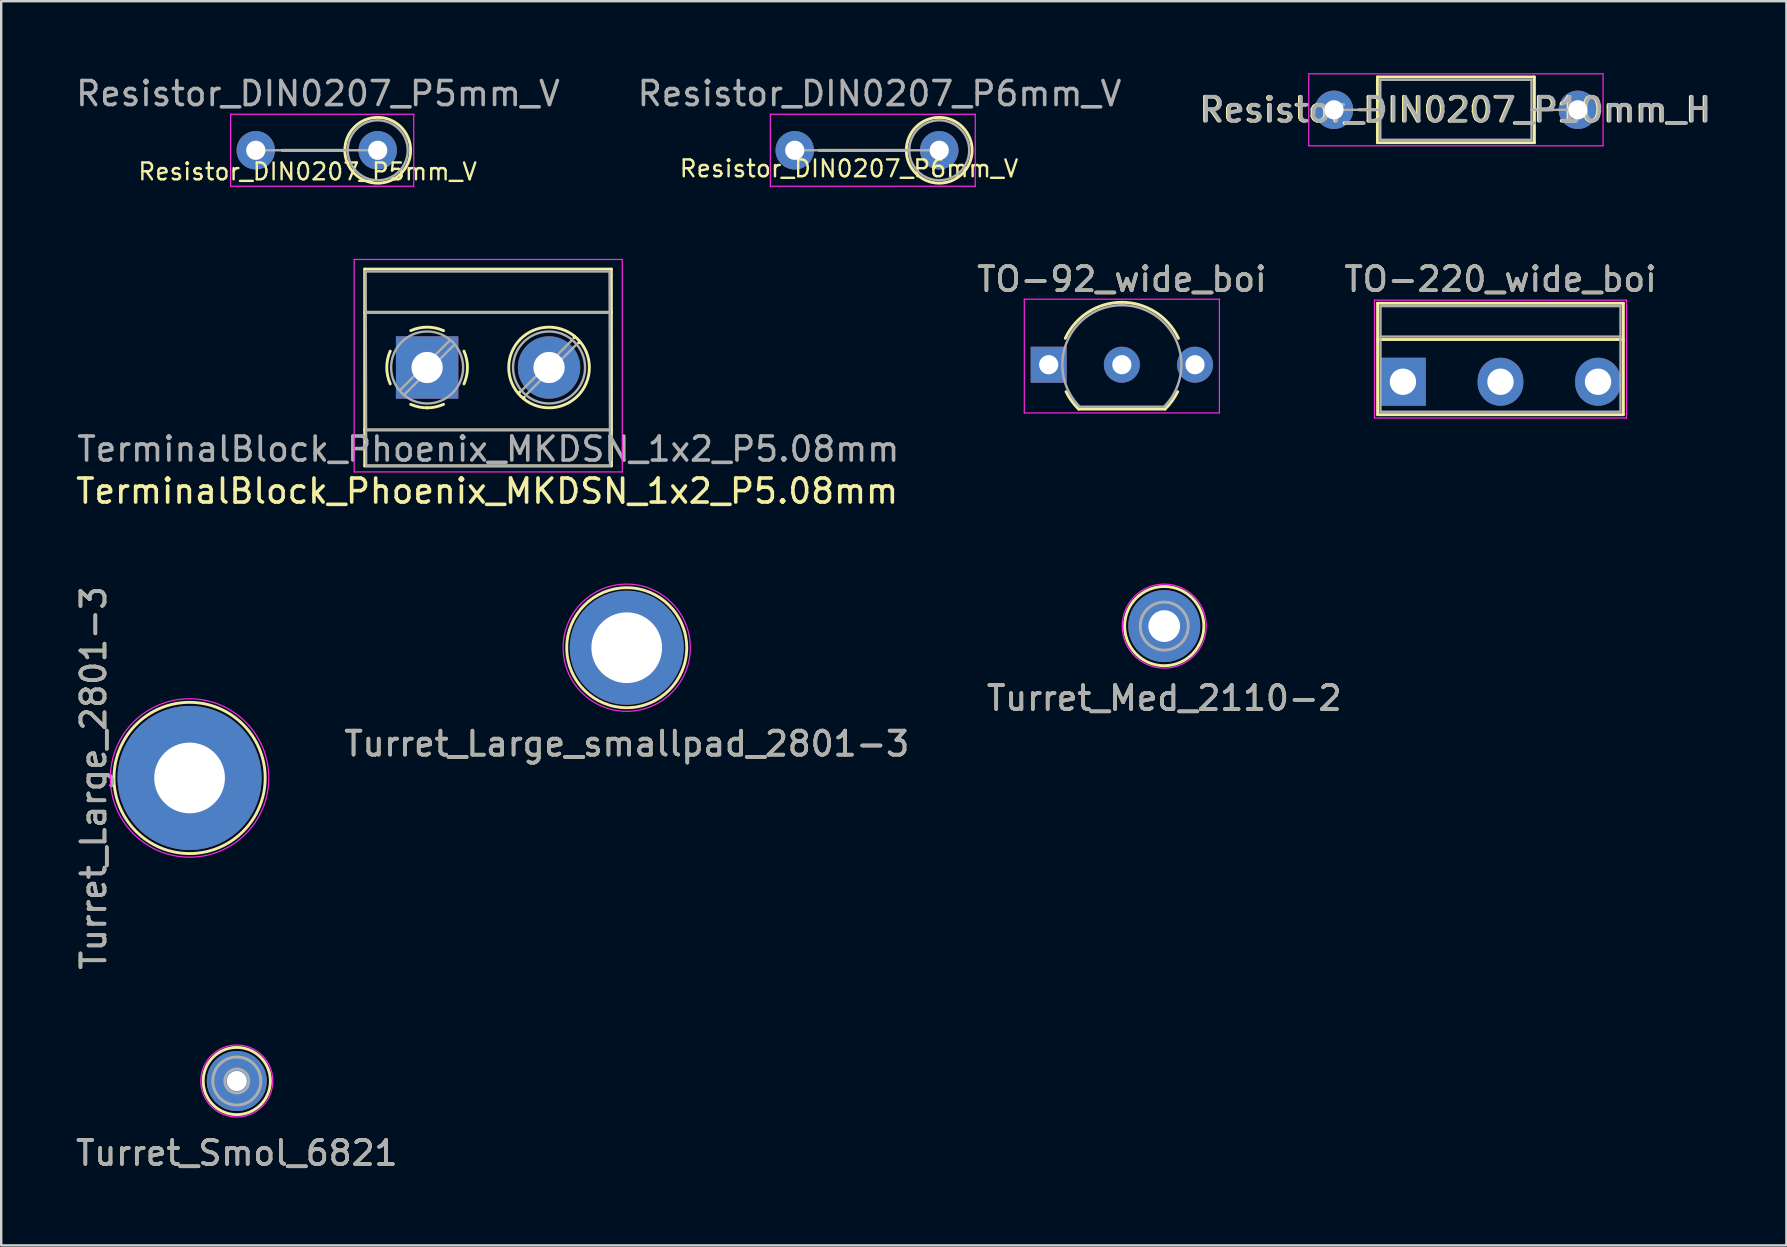
<source format=kicad_pcb>
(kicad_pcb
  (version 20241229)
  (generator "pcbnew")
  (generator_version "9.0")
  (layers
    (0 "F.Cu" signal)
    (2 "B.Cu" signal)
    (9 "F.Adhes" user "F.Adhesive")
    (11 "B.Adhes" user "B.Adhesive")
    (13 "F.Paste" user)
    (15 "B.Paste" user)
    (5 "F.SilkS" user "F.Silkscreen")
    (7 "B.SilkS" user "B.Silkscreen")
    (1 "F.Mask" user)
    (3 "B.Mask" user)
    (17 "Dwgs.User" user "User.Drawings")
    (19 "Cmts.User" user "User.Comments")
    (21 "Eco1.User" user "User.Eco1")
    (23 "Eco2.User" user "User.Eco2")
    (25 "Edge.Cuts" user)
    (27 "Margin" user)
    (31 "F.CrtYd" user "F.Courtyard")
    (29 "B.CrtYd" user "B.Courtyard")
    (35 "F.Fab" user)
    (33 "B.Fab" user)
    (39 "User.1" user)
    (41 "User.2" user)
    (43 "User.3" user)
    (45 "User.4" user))
  (footprint "TO-220_wide_boi"
    (layer "F.Cu")
    (at 56.921 12.854)
    (property "Reference" "TO-220_wide_boi" (at 2.54 -4.27 0) (layer "F.SilkS") (effects (font (size 1 1) (thickness 0.15))))
    (attr through_hole)
    (fp_line (start -2.58 -3.27) (end -2.58 1.371) (stroke (width 0.12) (type solid)) (layer "F.SilkS"))
    (fp_line (start -2.58 -3.27) (end 7.66 -3.27) (stroke (width 0.12) (type solid)) (layer "F.SilkS"))
    (fp_line (start -2.58 -1.76) (end 7.66 -1.76) (stroke (width 0.12) (type solid)) (layer "F.SilkS"))
    (fp_line (start -2.58 1.371) (end 7.66 1.371) (stroke (width 0.12) (type solid)) (layer "F.SilkS"))
    (fp_line (start 7.66 -3.27) (end 7.66 1.371) (stroke (width 0.12) (type solid)) (layer "F.SilkS"))
    (fp_line (start -2.71 -3.4) (end -2.71 1.51) (stroke (width 0.05) (type solid)) (layer "F.CrtYd"))
    (fp_line (start -2.71 1.51) (end 7.79 1.51) (stroke (width 0.05) (type solid)) (layer "F.CrtYd"))
    (fp_line (start 7.79 -3.4) (end -2.71 -3.4) (stroke (width 0.05) (type solid)) (layer "F.CrtYd"))
    (fp_line (start 7.79 1.51) (end 7.79 -3.4) (stroke (width 0.05) (type solid)) (layer "F.CrtYd"))
    (fp_line (start -2.46 -3.15) (end -2.46 1.25) (stroke (width 0.1) (type solid)) (layer "F.Fab"))
    (fp_line (start -2.46 -1.88) (end 7.54 -1.88) (stroke (width 0.1) (type solid)) (layer "F.Fab"))
    (fp_line (start -2.46 1.25) (end 7.54 1.25) (stroke (width 0.1) (type solid)) (layer "F.Fab"))
    (fp_line (start 7.54 -3.15) (end -2.46 -3.15) (stroke (width 0.1) (type solid)) (layer "F.Fab"))
    (fp_line (start 7.54 1.25) (end 7.54 -3.15) (stroke (width 0.1) (type solid)) (layer "F.Fab"))
    (fp_text user "${REFERENCE}" (at 2.54 -4.27 0) (layer "F.Fab") (effects (font (size 1 1) (thickness 0.15))))
    (pad "1" thru_hole rect (at -1.524 0) (size 1.905 2) (drill 1.1) (layers "*.Cu" "*.Mask"))
    (pad "2" thru_hole oval (at 2.54 0) (size 1.905 2) (drill 1.1) (layers "*.Cu" "*.Mask"))
    (pad "3" thru_hole oval (at 6.604 0) (size 1.905 2) (drill 1.1) (layers "*.Cu" "*.Mask")))
  (footprint "Resistor_DIN0207_P6mm_V"
    (layer "F.Cu")
    (at 35.139 4.303)
    (property "Reference" "Resistor_DIN0207_P6mm_V" (at -2.819 -0.33 180) (layer "F.SilkS") (effects (font (size 0.7 0.7) (thickness 0.1))))
    (attr through_hole)
    (fp_line (start -0.43 -1.092) (end -4.064 -1.092) (stroke (width 0.12) (type solid)) (layer "F.SilkS"))
    (fp_circle (center 0.94 -1.092) (end -0.43 -1.092) (stroke (width 0.12) (type solid)) (fill no) (layer "F.SilkS"))
    (fp_line (start -6.096 -2.592) (end -6.096 0.408) (stroke (width 0.05) (type solid)) (layer "F.CrtYd"))
    (fp_line (start -6.096 0.408) (end 2.44 0.408) (stroke (width 0.05) (type solid)) (layer "F.CrtYd"))
    (fp_line (start 2.44 -2.592) (end -6.096 -2.592) (stroke (width 0.05) (type solid)) (layer "F.CrtYd"))
    (fp_line (start 2.44 0.408) (end 2.44 -2.592) (stroke (width 0.05) (type solid)) (layer "F.CrtYd"))
    (fp_line (start 0.94 -1.092) (end -5.08 -1.092) (stroke (width 0.1) (type solid)) (layer "F.Fab"))
    (fp_circle (center 0.94 -1.092) (end -0.31 -1.092) (stroke (width 0.1) (type solid)) (fill no) (layer "F.Fab"))
    (fp_text user "${REFERENCE}" (at -1.549 -3.454 180) (layer "F.Fab") (effects (font (size 1 1) (thickness 0.15))))
    (pad "1" thru_hole circle (at 0.94 -1.092 180) (size 1.6 1.6) (drill 0.8) (layers "*.Cu" "*.Mask"))
    (pad "2" thru_hole oval (at -5.08 -1.092 180) (size 1.6 1.6) (drill 0.8) (layers "*.Cu" "*.Mask")))
  (footprint "Turret_Large_smallpad_2801-3"
    (layer "F.Cu")
    (at 23.06 23.934)
    (property "Reference" "Turret_Large_smallpad_2801-3" (at 0 4 0) (layer "F.SilkS") (effects (font (size 1 1) (thickness 0.15))))
    (attr through_hole)
    (fp_circle (center 0 0) (end 2.5 0) (stroke (width 0.12) (type solid)) (fill no) (layer "F.SilkS"))
    (fp_circle (center 0 0) (end 2.65 0) (stroke (width 0.05) (type solid)) (fill no) (layer "F.CrtYd"))
    (fp_circle (center 0 0) (end 0.5 0) (stroke (width 0.12) (type solid)) (fill no) (layer "F.Fab"))
    (fp_circle (center 0 0) (end 1 0) (stroke (width 0.12) (type solid)) (fill no) (layer "F.Fab"))
    (fp_text user "${REFERENCE}" (at 0 4 180) (layer "F.Fab") (effects (font (size 1 1) (thickness 0.15))))
    (pad "1" thru_hole circle (at 0 0) (size 4.75 4.75) (drill 2.946) (layers "*.Cu" "*.Mask")))
  (footprint "Turret_Med_2110-2"
    (layer "F.Cu")
    (at 45.453 23.034)
    (property "Reference" "Turret_Med_2110-2" (at 0 3 0) (layer "F.SilkS") (effects (font (size 1 1) (thickness 0.15))))
    (attr through_hole)
    (fp_circle (center 0 0) (end 1.65 0) (stroke (width 0.12) (type solid)) (fill no) (layer "F.SilkS"))
    (fp_circle (center 0 0) (end 1.75 0) (stroke (width 0.05) (type solid)) (fill no) (layer "F.CrtYd"))
    (fp_circle (center 0 0) (end 0.5 0) (stroke (width 0.12) (type solid)) (fill no) (layer "F.Fab"))
    (fp_circle (center 0 0) (end 1 0) (stroke (width 0.12) (type solid)) (fill no) (layer "F.Fab"))
    (fp_text user "${REFERENCE}" (at 0 3 0) (layer "F.Fab") (effects (font (size 1 1) (thickness 0.15))))
    (pad "1" thru_hole circle (at 0 0) (size 3 3) (drill 1.321) (layers "*.Cu" "*.Mask")))
  (footprint "Turret_Smol_6821"
    (layer "F.Cu")
    (at 6.815 41.986)
    (property "Reference" "Turret_Smol_6821" (at 0 3 0) (layer "F.SilkS") (effects (font (size 1 1) (thickness 0.15))))
    (attr through_hole)
    (fp_circle (center 0 0) (end 1.4 0) (stroke (width 0.12) (type solid)) (fill no) (layer "F.SilkS"))
    (fp_circle (center 0 0) (end 1.5 0) (stroke (width 0.05) (type solid)) (fill no) (layer "F.CrtYd"))
    (fp_circle (center 0 0) (end 0.5 0) (stroke (width 0.12) (type solid)) (fill no) (layer "F.Fab"))
    (fp_circle (center 0 0) (end 1 0) (stroke (width 0.12) (type solid)) (fill no) (layer "F.Fab"))
    (fp_text user "${REFERENCE}" (at 0 3 0) (layer "F.Fab") (effects (font (size 1 1) (thickness 0.15))))
    (pad "1" thru_hole circle (at 0 0) (size 2.5 2.5) (drill 0.838) (layers "*.Cu" "*.Mask")))
  (footprint "Turret_Large_2801-3"
    (layer "F.Cu")
    (at 4.848 29.36)
    (property "Reference" "Turret_Large_2801-3" (at -4 0 90) (layer "F.SilkS") (effects (font (size 1 1) (thickness 0.15))))
    (attr through_hole)
    (fp_circle (center 0 0) (end 3.15 0) (stroke (width 0.12) (type solid)) (fill no) (layer "F.SilkS"))
    (fp_circle (center 0 0) (end 3.3 0) (stroke (width 0.05) (type solid)) (fill no) (layer "F.CrtYd"))
    (fp_circle (center 0 0) (end 0.5 0) (stroke (width 0.12) (type solid)) (fill no) (layer "F.Fab"))
    (fp_circle (center 0 0) (end 1 0) (stroke (width 0.12) (type solid)) (fill no) (layer "F.Fab"))
    (fp_text user "${REFERENCE}" (at -4 0 90) (layer "F.Fab") (effects (font (size 1 1) (thickness 0.15))))
    (pad "1" thru_hole circle (at 0 0) (size 6 6) (drill 2.946) (layers "*.Cu" "*.Mask")))
  (footprint "TerminalBlock_Phoenix_MKDSN_1x2_P5.08mm"
    (layer "F.Cu")
    (at 14.744 12.26)
    (property "Reference" "TerminalBlock_Phoenix_MKDSN_1x2_P5.08mm" (at 2.5 5.15 0) (layer "F.SilkS") (effects (font (size 1 1) (thickness 0.15))))
    (attr through_hole)
    (fp_line (start -2.6 -4.1) (end -2.6 4.1) (stroke (width 0.12) (type solid)) (layer "F.SilkS"))
    (fp_line (start -2.6 -2.301) (end 7.68 -2.301) (stroke (width 0.12) (type solid)) (layer "F.SilkS"))
    (fp_line (start -2.6 2.6) (end 7.68 2.6) (stroke (width 0.12) (type solid)) (layer "F.SilkS"))
    (fp_line (start -2.6 4.1) (end 7.68 4.1) (stroke (width 0.12) (type solid)) (layer "F.SilkS"))
    (fp_line (start 3.853 1.023) (end 3.806 1.069) (stroke (width 0.12) (type solid)) (layer "F.SilkS"))
    (fp_line (start 4.046 1.239) (end 4.011 1.274) (stroke (width 0.12) (type solid)) (layer "F.SilkS"))
    (fp_line (start 6.15 -1.275) (end 6.115 -1.239) (stroke (width 0.12) (type solid)) (layer "F.SilkS"))
    (fp_line (start 6.355 -1.069) (end 6.308 -1.023) (stroke (width 0.12) (type solid)) (layer "F.SilkS"))
    (fp_line (start 7.675 -4.1) (end -2.6 -4.1) (stroke (width 0.12) (type solid)) (layer "F.SilkS"))
    (fp_line (start 7.675 -4.1) (end 7.68 4.1) (stroke (width 0.12) (type solid)) (layer "F.SilkS"))
    (fp_arc (start -1.535427 0.683042) (mid -1.680501 -0.000524) (end -1.535 -0.684) (stroke (width 0.12) (type solid)) (layer "F.SilkS"))
    (fp_arc (start -0.683042 -1.535427) (mid 0.000524 -1.680501) (end 0.684 -1.535) (stroke (width 0.12) (type solid)) (layer "F.SilkS"))
    (fp_arc (start 0.028805 1.680253) (mid -0.335551 1.646659) (end -0.684 1.535) (stroke (width 0.12) (type solid)) (layer "F.SilkS"))
    (fp_arc (start 0.683318 1.534756) (mid 0.349292 1.643288) (end 0 1.68) (stroke (width 0.12) (type solid)) (layer "F.SilkS"))
    (fp_arc (start 1.535427 -0.683042) (mid 1.680501 0.000524) (end 1.535 0.684) (stroke (width 0.12) (type solid)) (layer "F.SilkS"))
    (fp_circle (center 5.08 0) (end 6.76 0) (stroke (width 0.12) (type solid)) (fill no) (layer "F.SilkS"))
    (fp_line (start -3.04 -4.5) (end -3.04 4.35) (stroke (width 0.05) (type solid)) (layer "F.CrtYd"))
    (fp_line (start -3.04 4.35) (end 8.13 4.35) (stroke (width 0.05) (type solid)) (layer "F.CrtYd"))
    (fp_line (start 8.13 -4.5) (end -3.04 -4.5) (stroke (width 0.05) (type solid)) (layer "F.CrtYd"))
    (fp_line (start 8.13 4.35) (end 8.13 -4.5) (stroke (width 0.05) (type solid)) (layer "F.CrtYd"))
    (fp_line (start -2.56 -4) (end 7.6 -4) (stroke (width 0.1) (type solid)) (layer "F.Fab"))
    (fp_line (start -2.54 -2.3) (end 7.62 -2.3) (stroke (width 0.1) (type solid)) (layer "F.Fab"))
    (fp_line (start -2.54 2.6) (end 7.62 2.6) (stroke (width 0.1) (type solid)) (layer "F.Fab"))
    (fp_line (start -2.54 4.1) (end -2.56 -4) (stroke (width 0.1) (type solid)) (layer "F.Fab"))
    (fp_line (start -2.54 4.1) (end 7.62 4.1) (stroke (width 0.1) (type solid)) (layer "F.Fab"))
    (fp_line (start 0.955 -1.138) (end -1.138 0.955) (stroke (width 0.1) (type solid)) (layer "F.Fab"))
    (fp_line (start 1.138 -0.955) (end -0.955 1.138) (stroke (width 0.1) (type solid)) (layer "F.Fab"))
    (fp_line (start 6.035 -1.138) (end 3.943 0.955) (stroke (width 0.1) (type solid)) (layer "F.Fab"))
    (fp_line (start 6.218 -0.955) (end 4.126 1.138) (stroke (width 0.1) (type solid)) (layer "F.Fab"))
    (fp_line (start 7.6 -4) (end 7.62 4.1) (stroke (width 0.1) (type solid)) (layer "F.Fab"))
    (fp_line (start 7.62 4.1) (end -2.54 4.1) (stroke (width 0.1) (type solid)) (layer "F.Fab"))
    (fp_circle (center 0 0) (end 1.5 0) (stroke (width 0.1) (type solid)) (fill no) (layer "F.Fab"))
    (fp_circle (center 5.08 0) (end 6.58 0) (stroke (width 0.1) (type solid)) (fill no) (layer "F.Fab"))
    (fp_text user "${REFERENCE}" (at 2.55 3.4 0) (layer "F.Fab") (effects (font (size 1 1) (thickness 0.15))))
    (pad "1" thru_hole rect (at 0 0) (size 2.6 2.6) (drill 1.3) (layers "*.Cu" "*.Mask"))
    (pad "2" thru_hole circle (at 5.08 0) (size 2.6 2.6) (drill 1.3) (layers "*.Cu" "*.Mask")))
  (footprint "Resistor_DIN0207_P10mm_H"
    (layer "F.Cu")
    (at 52.524 1.525)
    (property "Reference" "Resistor_DIN0207_P10mm_H" (at 5.029 0 0) (layer "F.SilkS") (effects (font (size 1 1) (thickness 0.15))))
    (attr through_hole)
    (fp_line (start 1.04 0) (end 1.81 0) (stroke (width 0.12) (type solid)) (layer "F.SilkS"))
    (fp_line (start 1.81 -1.37) (end 1.81 1.37) (stroke (width 0.12) (type solid)) (layer "F.SilkS"))
    (fp_line (start 1.81 1.37) (end 8.35 1.37) (stroke (width 0.12) (type solid)) (layer "F.SilkS"))
    (fp_line (start 8.35 -1.37) (end 1.81 -1.37) (stroke (width 0.12) (type solid)) (layer "F.SilkS"))
    (fp_line (start 8.35 1.37) (end 8.35 -1.37) (stroke (width 0.12) (type solid)) (layer "F.SilkS"))
    (fp_line (start 9.12 0) (end 8.35 0) (stroke (width 0.12) (type solid)) (layer "F.SilkS"))
    (fp_line (start -1.05 -1.5) (end -1.05 1.5) (stroke (width 0.05) (type solid)) (layer "F.CrtYd"))
    (fp_line (start -1.05 1.5) (end 11.21 1.5) (stroke (width 0.05) (type solid)) (layer "F.CrtYd"))
    (fp_line (start 11.21 -1.5) (end -1.05 -1.5) (stroke (width 0.05) (type solid)) (layer "F.CrtYd"))
    (fp_line (start 11.21 1.5) (end 11.21 -1.5) (stroke (width 0.05) (type solid)) (layer "F.CrtYd"))
    (fp_line (start 0 0) (end 1.93 0) (stroke (width 0.1) (type solid)) (layer "F.Fab"))
    (fp_line (start 1.93 -1.25) (end 1.93 1.25) (stroke (width 0.1) (type solid)) (layer "F.Fab"))
    (fp_line (start 1.93 1.25) (end 8.23 1.25) (stroke (width 0.1) (type solid)) (layer "F.Fab"))
    (fp_line (start 8.23 -1.25) (end 1.93 -1.25) (stroke (width 0.1) (type solid)) (layer "F.Fab"))
    (fp_line (start 8.23 1.25) (end 8.23 -1.25) (stroke (width 0.1) (type solid)) (layer "F.Fab"))
    (fp_line (start 10.16 0) (end 8.23 0) (stroke (width 0.1) (type solid)) (layer "F.Fab"))
    (fp_text user "${REFERENCE}" (at 5.08 0 0) (layer "F.Fab") (effects (font (size 1 1) (thickness 0.15))))
    (pad "1" thru_hole circle (at 0 0) (size 1.6 1.6) (drill 0.8) (layers "*.Cu" "*.Mask"))
    (pad "2" thru_hole oval (at 10.16 0) (size 1.6 1.6) (drill 0.8) (layers "*.Cu" "*.Mask")))
  (footprint "TO-92_wide_boi"
    (layer "F.Cu")
    (at 41.147 12.144)
    (property "Reference" "TO-92_wide_boi" (at 2.54 -3.56 0) (layer "F.SilkS") (effects (font (size 1 1) (thickness 0.15))))
    (attr through_hole)
    (fp_line (start 0.74 1.85) (end 4.34 1.85) (stroke (width 0.12) (type solid)) (layer "F.SilkS"))
    (fp_arc (start 0.1836 -1.098807) (mid 1.143021 -2.192817) (end 2.54 -2.6) (stroke (width 0.12) (type solid)) (layer "F.SilkS"))
    (fp_arc (start 0.74 1.85) (mid 0.446097 1.509328) (end 0.215816 1.122795) (stroke (width 0.12) (type solid)) (layer "F.SilkS"))
    (fp_arc (start 2.54 -2.6) (mid 3.936979 -2.192818) (end 4.8964 -1.098807) (stroke (width 0.12) (type solid)) (layer "F.SilkS"))
    (fp_arc (start 4.864184 1.122795) (mid 4.633903 1.509328) (end 4.34 1.85) (stroke (width 0.12) (type solid)) (layer "F.SilkS"))
    (fp_line (start -1.524 -2.73) (end -1.524 2.01) (stroke (width 0.05) (type solid)) (layer "F.CrtYd"))
    (fp_line (start -1.524 -2.73) (end 6.604 -2.73) (stroke (width 0.05) (type solid)) (layer "F.CrtYd"))
    (fp_line (start 6.604 2.01) (end -1.524 2.01) (stroke (width 0.05) (type solid)) (layer "F.CrtYd"))
    (fp_line (start 6.604 2.01) (end 6.604 -2.73) (stroke (width 0.05) (type solid)) (layer "F.CrtYd"))
    (fp_line (start 0.8 1.75) (end 4.3 1.75) (stroke (width 0.1) (type solid)) (layer "F.Fab"))
    (fp_arc (start 0.786375 1.753625) (mid 0.248779 -0.949055) (end 2.54 -2.48) (stroke (width 0.1) (type solid)) (layer "F.Fab"))
    (fp_arc (start 2.54 -2.48) (mid 4.831221 -0.949055) (end 4.293625 1.753625) (stroke (width 0.1) (type solid)) (layer "F.Fab"))
    (fp_text user "${REFERENCE}" (at 2.54 -3.56 0) (layer "F.Fab") (effects (font (size 1 1) (thickness 0.15))))
    (pad "1" thru_hole rect (at -0.508 0 90) (size 1.5 1.5) (drill 0.8) (layers "*.Cu" "*.Mask"))
    (pad "2" thru_hole circle (at 2.54 0 90) (size 1.5 1.5) (drill 0.8) (layers "*.Cu" "*.Mask"))
    (pad "3" thru_hole circle (at 5.588 0 90) (size 1.5 1.5) (drill 0.8) (layers "*.Cu" "*.Mask")))
  (footprint "Resistor_DIN0207_P5mm_V"
    (layer "F.Cu")
    (at 11.746 4.303)
    (property "Reference" "Resistor_DIN0207_P5mm_V" (at -1.981 -0.203 180) (layer "F.SilkS") (effects (font (size 0.7 0.7) (thickness 0.1))))
    (attr through_hole)
    (fp_line (start -0.43 -1.092) (end -3.04 -1.092) (stroke (width 0.12) (type solid)) (layer "F.SilkS"))
    (fp_circle (center 0.94 -1.092) (end -0.43 -1.092) (stroke (width 0.12) (type solid)) (fill no) (layer "F.SilkS"))
    (fp_line (start -5.19 -2.592) (end -5.19 0.408) (stroke (width 0.05) (type solid)) (layer "F.CrtYd"))
    (fp_line (start -5.19 0.408) (end 2.44 0.408) (stroke (width 0.05) (type solid)) (layer "F.CrtYd"))
    (fp_line (start 2.44 -2.592) (end -5.19 -2.592) (stroke (width 0.05) (type solid)) (layer "F.CrtYd"))
    (fp_line (start 2.44 0.408) (end 2.44 -2.592) (stroke (width 0.05) (type solid)) (layer "F.CrtYd"))
    (fp_line (start 0.94 -1.092) (end -4.14 -1.092) (stroke (width 0.1) (type solid)) (layer "F.Fab"))
    (fp_circle (center 0.94 -1.092) (end -0.31 -1.092) (stroke (width 0.1) (type solid)) (fill no) (layer "F.Fab"))
    (fp_text user "${REFERENCE}" (at -1.549 -3.454 180) (layer "F.Fab") (effects (font (size 1 1) (thickness 0.15))))
    (pad "1" thru_hole circle (at 0.94 -1.092 180) (size 1.6 1.6) (drill 0.8) (layers "*.Cu" "*.Mask"))
    (pad "2" thru_hole oval (at -4.14 -1.092 180) (size 1.6 1.6) (drill 0.8) (layers "*.Cu" "*.Mask")))
  (gr_rect
    (start -3 -3)
    (end 71.372 48.834)
    (stroke (width 0.1) (type default))
    (fill no)
    (layer "Edge.Cuts")))
</source>
